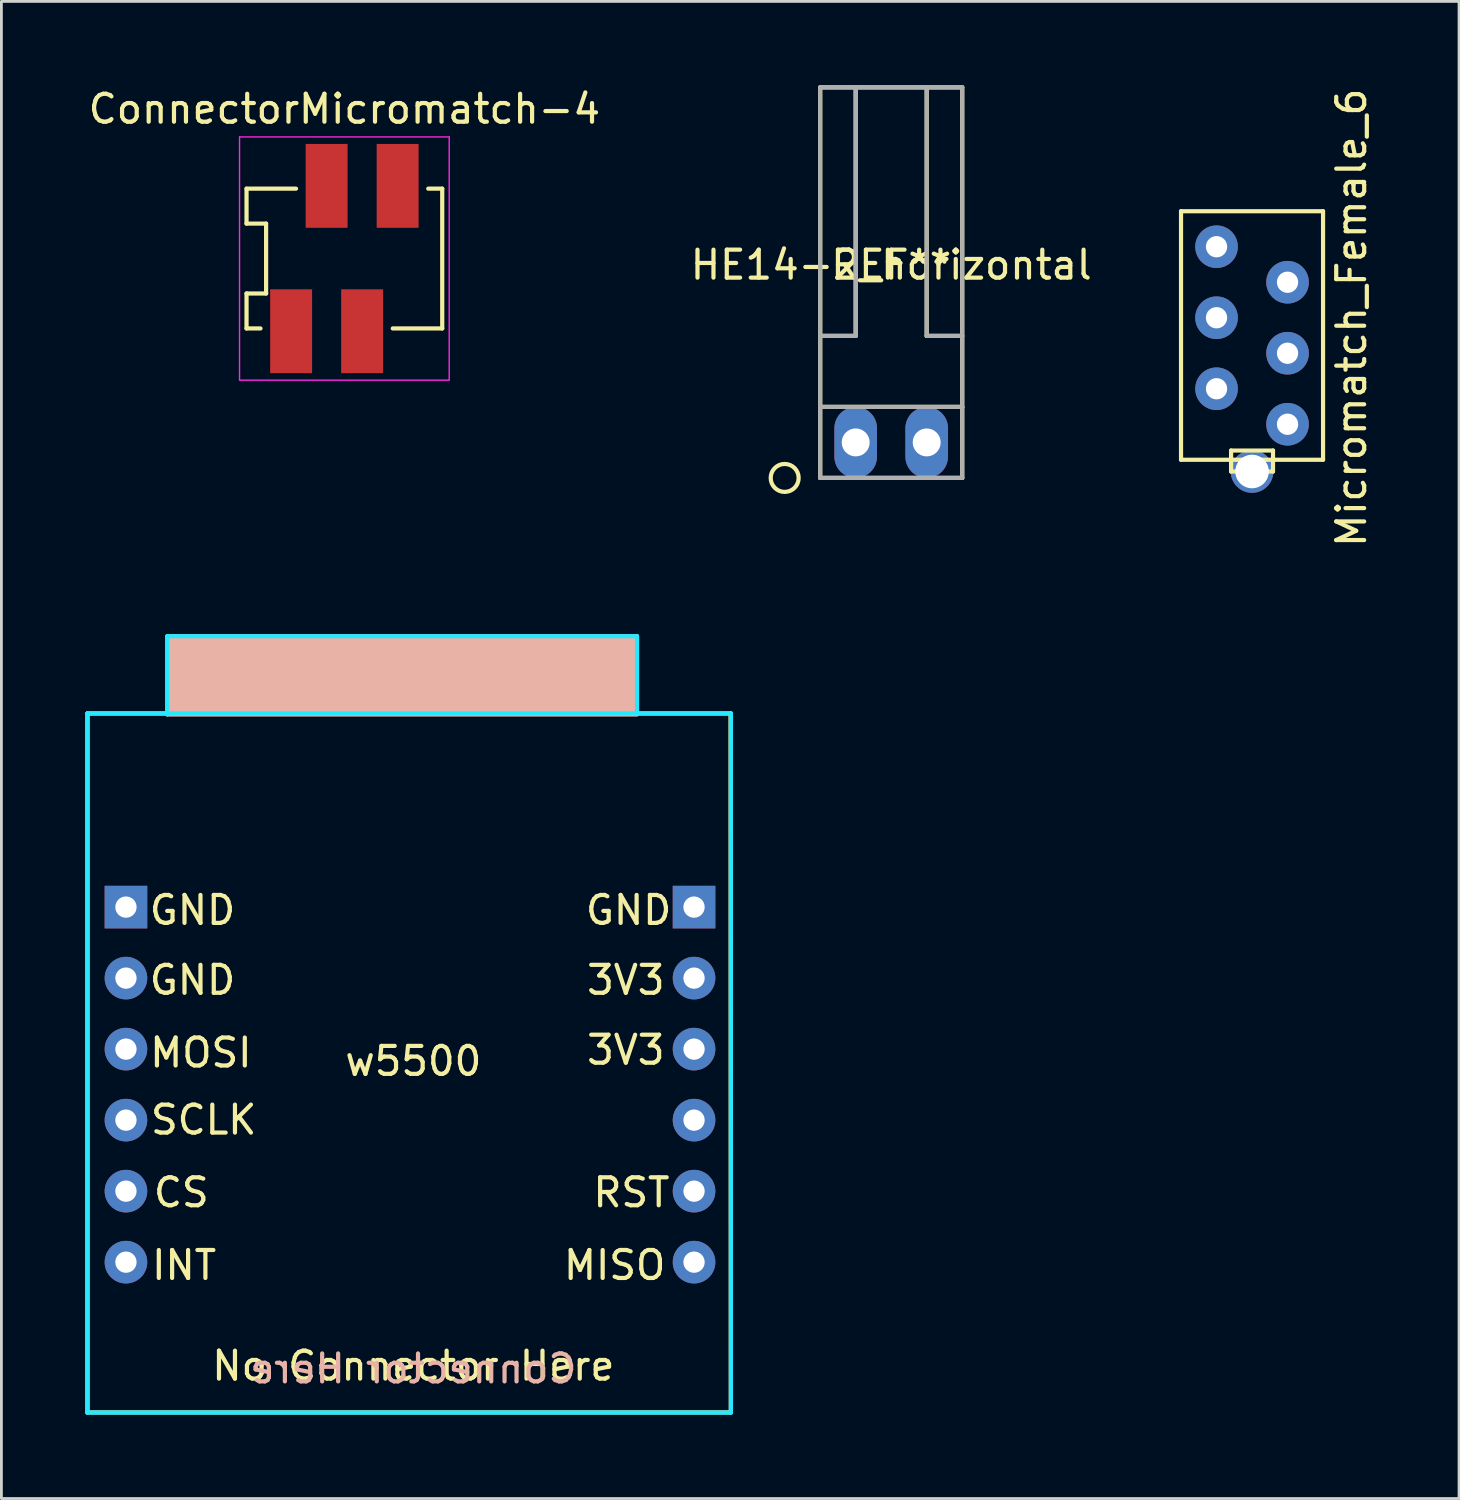
<source format=kicad_pcb>
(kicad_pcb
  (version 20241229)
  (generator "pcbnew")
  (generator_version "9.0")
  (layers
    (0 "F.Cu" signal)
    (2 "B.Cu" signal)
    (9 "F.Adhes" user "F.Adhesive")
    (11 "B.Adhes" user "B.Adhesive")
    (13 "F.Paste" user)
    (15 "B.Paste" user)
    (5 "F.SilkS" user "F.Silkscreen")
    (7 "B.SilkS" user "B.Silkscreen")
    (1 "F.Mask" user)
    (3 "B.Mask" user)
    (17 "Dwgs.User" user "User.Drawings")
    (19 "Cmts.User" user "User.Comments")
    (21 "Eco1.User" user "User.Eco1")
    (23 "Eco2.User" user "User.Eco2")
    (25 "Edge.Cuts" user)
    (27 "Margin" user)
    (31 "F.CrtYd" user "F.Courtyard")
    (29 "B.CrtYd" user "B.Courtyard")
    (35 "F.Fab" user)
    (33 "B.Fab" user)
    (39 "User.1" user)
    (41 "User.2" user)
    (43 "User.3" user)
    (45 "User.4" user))
  (footprint "w5500"
    (layer "F.Cu")
    (at 11.735 34.906)
    (property "Reference" "w5500" (at 0 0 0) (layer "F.SilkS") (effects (font (size 1 1) (thickness 0.15))))
    (attr through_hole)
    (fp_line (start -11.655 -12.435) (end 11.345 -12.435) (stroke (width 0.15) (type solid)) (layer "F.SilkS"))
    (fp_line (start -11.655 12.565) (end -11.655 -12.435) (stroke (width 0.15) (type solid)) (layer "F.SilkS"))
    (fp_line (start 11.345 -12.435) (end 11.355 12.565) (stroke (width 0.15) (type solid)) (layer "F.SilkS"))
    (fp_line (start 11.345 12.565) (end -11.655 12.565) (stroke (width 0.15) (type solid)) (layer "F.SilkS"))
    (fp_poly (pts (xy -8.8 -15.2) (xy 8 -15.2) (xy 8 -12.4) (xy -8.8 -12.4)) (stroke (width 0.15) (type solid)) (fill yes) (layer "B.SilkS"))
    (fp_line (start -11.66 -12.43) (end -11.66 12.57) (stroke (width 0.15) (type solid)) (layer "B.CrtYd"))
    (fp_line (start -11.66 -12.43) (end -11.65 -12.44) (stroke (width 0.15) (type solid)) (layer "B.CrtYd"))
    (fp_line (start -11.66 12.57) (end 11.36 12.57) (stroke (width 0.15) (type solid)) (layer "B.CrtYd"))
    (fp_line (start -8.8 -15.2) (end 8 -15.2) (stroke (width 0.15) (type solid)) (layer "B.CrtYd"))
    (fp_line (start -8.8 -12.4) (end -8.8 -15.2) (stroke (width 0.15) (type solid)) (layer "B.CrtYd"))
    (fp_line (start 8 -15.2) (end 8 -12.5) (stroke (width 0.15) (type solid)) (layer "B.CrtYd"))
    (fp_line (start 11.36 -12.44) (end -11.65 -12.44) (stroke (width 0.15) (type solid)) (layer "B.CrtYd"))
    (fp_line (start 11.36 12.57) (end 11.36 -12.44) (stroke (width 0.15) (type solid)) (layer "B.CrtYd"))
    (fp_text user "CS" (at -8.3 4.7 0) (layer "F.SilkS") (effects (font (size 1 1) (thickness 0.15))))
    (fp_text user "3V3" (at 7.6 -2.9 0) (layer "F.SilkS") (effects (font (size 1 1) (thickness 0.15))))
    (fp_text user "MOSI" (at -7.6 -0.3 0) (layer "F.SilkS") (effects (font (size 1 1) (thickness 0.15))))
    (fp_text user "GND" (at -7.9 -5.4 0) (layer "F.SilkS") (effects (font (size 1 1) (thickness 0.15))))
    (fp_text user "INT" (at -8.2 7.3 0) (layer "F.SilkS") (effects (font (size 1 1) (thickness 0.15))))
    (fp_text user "3V3" (at 7.6 -0.4 0) (layer "F.SilkS") (effects (font (size 1 1) (thickness 0.15))))
    (fp_text user "RST" (at 7.8 4.7 0) (layer "F.SilkS") (effects (font (size 1 1) (thickness 0.15))))
    (fp_text user "GND" (at -7.9 -2.9 0) (layer "F.SilkS") (effects (font (size 1 1) (thickness 0.15))))
    (fp_text user "No Connector Here" (at 0 10.9 0) (layer "F.SilkS") (effects (font (size 1 1) (thickness 0.15))))
    (fp_text user "GND" (at 7.7 -5.4 0) (layer "F.SilkS") (effects (font (size 1 1) (thickness 0.15))))
    (fp_text user "SCLK" (at -7.5 2.1 0) (layer "F.SilkS") (effects (font (size 1 1) (thickness 0.15))))
    (fp_text user "MISO" (at 7.2 7.3 0) (layer "F.SilkS") (effects (font (size 1 1) (thickness 0.15))))
    (fp_text user "Connector Here" (at 0 11 0) (layer "B.SilkS") (effects (font (size 1 1) (thickness 0.15)) (justify mirror)))
    (pad "1" thru_hole circle (at -10.28 7.19) (size 1.524 1.524) (drill 0.762) (layers "*.Cu" "*.Mask"))
    (pad "2" thru_hole circle (at -10.28 4.65) (size 1.524 1.524) (drill 0.762) (layers "*.Cu" "*.Mask"))
    (pad "3" thru_hole circle (at -10.28 2.11) (size 1.524 1.524) (drill 0.762) (layers "*.Cu" "*.Mask"))
    (pad "4" thru_hole circle (at -10.28 -0.43) (size 1.524 1.524) (drill 0.762) (layers "*.Cu" "*.Mask"))
    (pad "5" thru_hole circle (at -10.28 -2.97) (size 1.524 1.524) (drill 0.762) (layers "*.Cu" "*.Mask"))
    (pad "6" thru_hole rect (at -10.28 -5.51) (size 1.524 1.524) (drill 0.762) (layers "*.Cu" "*.Mask"))
    (pad "7" thru_hole circle (at 10.04 7.19) (size 1.524 1.524) (drill 0.762) (layers "*.Cu" "*.Mask"))
    (pad "8" thru_hole circle (at 10.04 4.65) (size 1.524 1.524) (drill 0.762) (layers "*.Cu" "*.Mask"))
    (pad "9" thru_hole circle (at 10.04 2.11) (size 1.524 1.524) (drill 0.762) (layers "*.Cu" "*.Mask"))
    (pad "10" thru_hole circle (at 10.04 -0.43) (size 1.524 1.524) (drill 0.762) (layers "*.Cu" "*.Mask"))
    (pad "11" thru_hole circle (at 10.04 -2.97) (size 1.524 1.524) (drill 0.762) (layers "*.Cu" "*.Mask"))
    (pad "12" thru_hole rect (at 10.04 -5.51) (size 1.524 1.524) (drill 0.762) (layers "*.Cu" "*.Mask")))
  (footprint "Micromatch_Female_6"
    (layer "F.Cu")
    (at 41.734 8.315)
    (property "Reference" "Micromatch_Female_6" (at 3.556 0 90) (layer "F.SilkS") (effects (font (size 1 1) (thickness 0.15))))
    (attr through_hole)
    (fp_line (start -2.54 -3.81) (end -2.54 5.08) (stroke (width 0.15) (type solid)) (layer "F.SilkS"))
    (fp_line (start -2.54 5.08) (end 2.54 5.08) (stroke (width 0.15) (type solid)) (layer "F.SilkS"))
    (fp_line (start -0.75 4.75) (end 0.75 4.75) (stroke (width 0.15) (type solid)) (layer "F.SilkS"))
    (fp_line (start -0.75 5) (end -0.75 4.75) (stroke (width 0.15) (type solid)) (layer "F.SilkS"))
    (fp_line (start -0.75 5.5) (end -0.75 5) (stroke (width 0.15) (type solid)) (layer "F.SilkS"))
    (fp_line (start 0.75 4.75) (end 0.75 5) (stroke (width 0.15) (type solid)) (layer "F.SilkS"))
    (fp_line (start 0.75 5) (end 0.75 5.5) (stroke (width 0.15) (type solid)) (layer "F.SilkS"))
    (fp_line (start 0.75 5.5) (end -0.75 5.5) (stroke (width 0.15) (type solid)) (layer "F.SilkS"))
    (fp_line (start 2.54 -3.81) (end -2.54 -3.81) (stroke (width 0.15) (type solid)) (layer "F.SilkS"))
    (fp_line (start 2.54 5.08) (end 2.54 -3.81) (stroke (width 0.15) (type solid)) (layer "F.SilkS"))
    (pad "" np_thru_hole circle (at 0 5.5) (size 1.524 1.524) (drill 1.2) (layers "*.Cu" "*.Mask"))
    (pad "1" thru_hole circle (at -1.27 -2.54) (size 1.524 1.524) (drill 0.762) (layers "*.Cu" "*.Mask"))
    (pad "2" thru_hole circle (at 1.27 -1.27) (size 1.524 1.524) (drill 0.762) (layers "*.Cu" "*.Mask"))
    (pad "3" thru_hole circle (at -1.27 0) (size 1.524 1.524) (drill 0.762) (layers "*.Cu" "*.Mask"))
    (pad "4" thru_hole circle (at 1.27 1.27) (size 1.524 1.524) (drill 0.762) (layers "*.Cu" "*.Mask"))
    (pad "5" thru_hole circle (at -1.27 2.54) (size 1.524 1.524) (drill 0.762) (layers "*.Cu" "*.Mask"))
    (pad "6" thru_hole circle (at 1.27 3.81) (size 1.524 1.524) (drill 0.762) (layers "*.Cu" "*.Mask")))
  (footprint "HE14-2_horizontal"
    (layer "F.Cu")
    (at 28.827 8.965)
    (property "Reference" "HE14-2_horizontal" (at 0 -2.54 0) (layer "F.SilkS") (effects (font (size 1 1) (thickness 0.15))))
    (attr through_hole)
    (fp_line (start -2.54 -8.89) (end -2.54 2.54) (stroke (width 0.15) (type solid)) (layer "F.SilkS"))
    (fp_line (start -2.54 0) (end -1.27 0) (stroke (width 0.15) (type solid)) (layer "F.SilkS"))
    (fp_line (start -2.54 2.54) (end 2.54 2.54) (stroke (width 0.15) (type solid)) (layer "F.SilkS"))
    (fp_line (start -2.54 5.08) (end -2.54 2.54) (stroke (width 0.15) (type solid)) (layer "F.SilkS"))
    (fp_line (start -1.27 0) (end -1.27 -8.89) (stroke (width 0.15) (type solid)) (layer "F.SilkS"))
    (fp_line (start 1.27 -8.89) (end 1.27 0) (stroke (width 0.15) (type solid)) (layer "F.SilkS"))
    (fp_line (start 1.27 0) (end 2.54 0) (stroke (width 0.15) (type solid)) (layer "F.SilkS"))
    (fp_line (start 2.54 -8.89) (end -2.54 -8.89) (stroke (width 0.15) (type solid)) (layer "F.SilkS"))
    (fp_line (start 2.54 -8.89) (end 2.54 2.54) (stroke (width 0.15) (type solid)) (layer "F.SilkS"))
    (fp_line (start 2.54 2.54) (end 2.54 5.08) (stroke (width 0.15) (type solid)) (layer "F.SilkS"))
    (fp_line (start 2.54 5.08) (end -2.54 5.08) (stroke (width 0.15) (type solid)) (layer "F.SilkS"))
    (fp_circle (center -3.81 5.08) (end -3.31 5.08) (stroke (width 0.15) (type solid)) (fill no) (layer "F.SilkS"))
    (fp_line (start -2.54 -8.89) (end -2.54 5.08) (stroke (width 0.15) (type solid)) (layer "F.Fab"))
    (fp_line (start -2.54 5.08) (end 2.54 5.08) (stroke (width 0.15) (type solid)) (layer "F.Fab"))
    (fp_line (start -1.27 -8.89) (end -1.27 0) (stroke (width 0.15) (type solid)) (layer "F.Fab"))
    (fp_line (start -1.27 0) (end -2.54 0) (stroke (width 0.15) (type solid)) (layer "F.Fab"))
    (fp_line (start 1.27 -8.89) (end 1.27 0) (stroke (width 0.15) (type solid)) (layer "F.Fab"))
    (fp_line (start 1.27 0) (end 2.54 0) (stroke (width 0.15) (type solid)) (layer "F.Fab"))
    (fp_line (start 2.54 -8.89) (end -2.54 -8.89) (stroke (width 0.15) (type solid)) (layer "F.Fab"))
    (fp_line (start 2.54 2.54) (end -2.54 2.54) (stroke (width 0.15) (type solid)) (layer "F.Fab"))
    (fp_line (start 2.54 5.08) (end 2.54 -8.89) (stroke (width 0.15) (type solid)) (layer "F.Fab"))
    (fp_text user "REF**" (at 0 -2.54 180) (layer "F.SilkS") (effects (font (size 1 1) (thickness 0.15))))
    (pad "2" thru_hole oval (at -1.27 3.81) (size 1.524 2.54) (drill 1) (layers "*.Cu" "*.Mask"))
    (pad "3" thru_hole oval (at 1.27 3.81) (size 1.524 2.54) (drill 1) (layers "*.Cu" "*.Mask")))
  (footprint "ConnectorMicromatch-4"
    (layer "F.Cu")
    (at 9.268 6.46)
    (property "Reference" "ConnectorMicromatch-4" (at 0.000245 -5.612 0) (layer "F.SilkS") (effects (font (size 1 1) (thickness 0.15))))
    (attr smd)
    (fp_line (start -3.5 -2.762) (end -3.5 -1.512) (stroke (width 0.15) (type solid)) (layer "F.SilkS"))
    (fp_line (start -3.5 -1.512) (end -2.8 -1.512) (stroke (width 0.15) (type solid)) (layer "F.SilkS"))
    (fp_line (start -3.5 0.988) (end -3.5 2.238) (stroke (width 0.15) (type solid)) (layer "F.SilkS"))
    (fp_line (start -3.5 2.238) (end -3 2.238) (stroke (width 0.15) (type solid)) (layer "F.SilkS"))
    (fp_line (start -2.8 -1.512) (end -2.8 0.988) (stroke (width 0.15) (type solid)) (layer "F.SilkS"))
    (fp_line (start -2.8 0.988) (end -3.5 0.988) (stroke (width 0.15) (type solid)) (layer "F.SilkS"))
    (fp_line (start -1.73 -2.762) (end -3.5 -2.762) (stroke (width 0.15) (type solid)) (layer "F.SilkS"))
    (fp_line (start 3 -2.762) (end 3.5 -2.762) (stroke (width 0.15) (type solid)) (layer "F.SilkS"))
    (fp_line (start 3.5 -2.762) (end 3.5 2.238) (stroke (width 0.15) (type solid)) (layer "F.SilkS"))
    (fp_line (start 3.5 2.238) (end 1.73 2.238) (stroke (width 0.15) (type solid)) (layer "F.SilkS"))
    (fp_line (start -3.75 -4.612) (end -3.75 4.088) (stroke (width 0.05) (type solid)) (layer "F.CrtYd"))
    (fp_line (start -3.75 4.088) (end 3.75 4.088) (stroke (width 0.05) (type solid)) (layer "F.CrtYd"))
    (fp_line (start 3.75 -4.612) (end -3.75 -4.612) (stroke (width 0.05) (type solid)) (layer "F.CrtYd"))
    (fp_line (start 3.75 4.088) (end 3.75 -4.612) (stroke (width 0.05) (type solid)) (layer "F.CrtYd"))
    (pad "1" smd rect (at 1.905 -2.862) (size 1.5 3) (layers "F.Cu" "F.Mask" "F.Paste"))
    (pad "2" smd rect (at 0.635 2.338) (size 1.5 3) (layers "F.Cu" "F.Mask" "F.Paste"))
    (pad "3" smd rect (at -0.635 -2.862) (size 1.5 3) (layers "F.Cu" "F.Mask" "F.Paste"))
    (pad "4" smd rect (at -1.905 2.338) (size 1.5 3) (layers "F.Cu" "F.Mask" "F.Paste")))
  (gr_rect
    (start -3 -3)
    (end 49.138 50.551)
    (stroke (width 0.1) (type default))
    (fill no)
    (layer "Edge.Cuts")))
</source>
